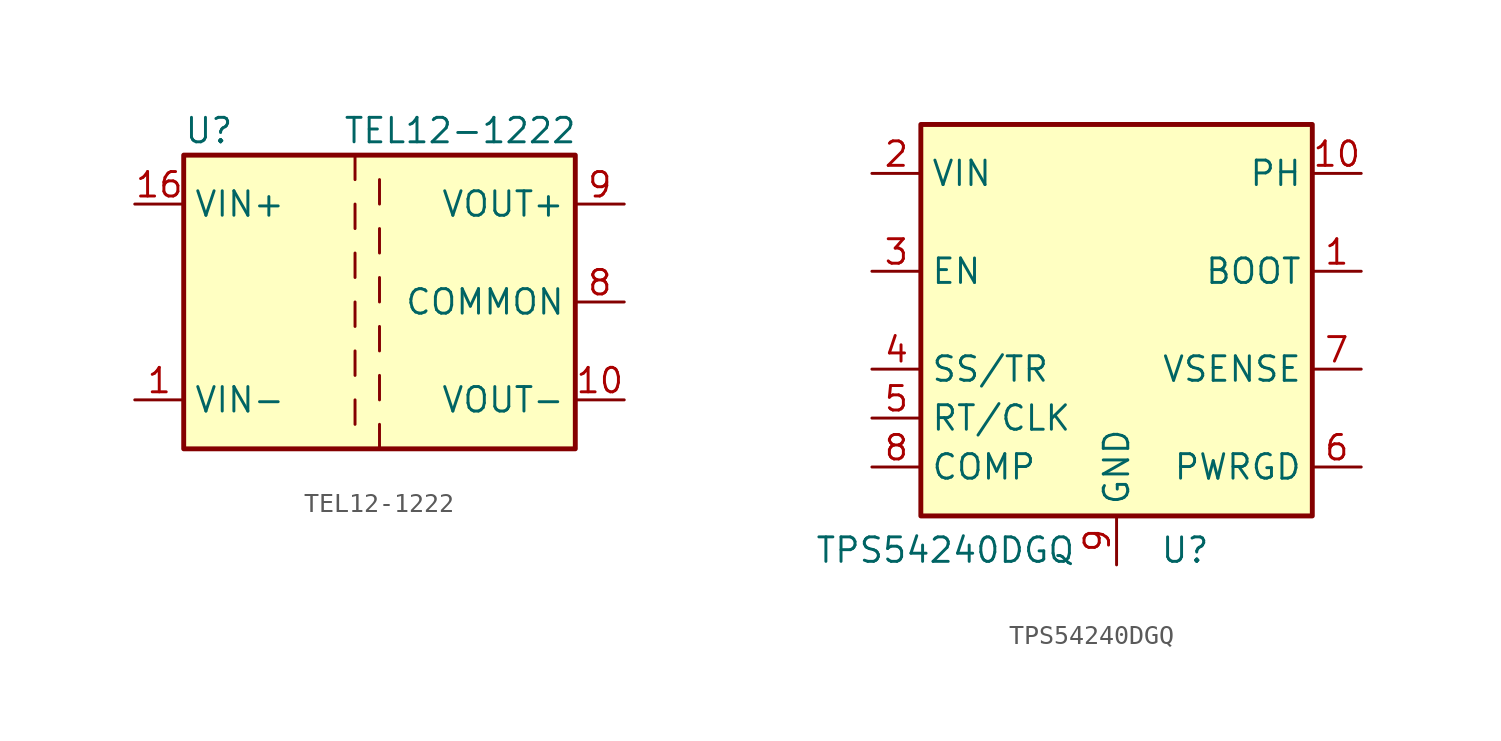
<source format=kicad_sym>
(kicad_symbol_lib
  (version 20231120)
  (generator "kicad_symbol_editor")
  (generator_version "8.0")
  (symbol "TEL12-1222"
    (property "Reference" "U"
      (at -10.16 8.89 0)
      (effects (font (size 1.27 1.27)) (justify left)))
    (property "Value" "TEL12-1222"
      (at -1.905 8.89 0)
      (effects (font (size 1.27 1.27)) (justify left)))
    (symbol "TEL12-1222_0_1"
      (rectangle (start -10.16 7.62) (end 10.16 -7.62) (stroke (width 0.254) (type default)) (fill (type background)))
      (polyline (pts (xy -1.27 -5.08) (xy -1.27 -6.35)) (stroke (width 0) (type default)) (fill (type none)))
      (polyline (pts (xy -1.27 -2.54) (xy -1.27 -3.81)) (stroke (width 0) (type default)) (fill (type none)))
      (polyline (pts (xy -1.27 0) (xy -1.27 -1.27)) (stroke (width 0) (type default)) (fill (type none)))
      (polyline (pts (xy -1.27 2.54) (xy -1.27 1.27)) (stroke (width 0) (type default)) (fill (type none)))
      (polyline (pts (xy -1.27 5.08) (xy -1.27 3.81)) (stroke (width 0) (type default)) (fill (type none)))
      (polyline (pts (xy -1.27 7.62) (xy -1.27 6.35)) (stroke (width 0) (type default)) (fill (type none)))
      (polyline (pts (xy 0 -7.62) (xy 0 -6.35)) (stroke (width 0) (type default)) (fill (type none)))
      (polyline (pts (xy 0 -5.08) (xy 0 -3.81)) (stroke (width 0) (type default)) (fill (type none)))
      (polyline (pts (xy 0 -1.27) (xy 0 -2.54)) (stroke (width 0) (type default)) (fill (type none)))
      (polyline (pts (xy 0 0) (xy 0 1.27)) (stroke (width 0) (type default)) (fill (type none)))
      (polyline (pts (xy 0 2.54) (xy 0 3.81)) (stroke (width 0) (type default)) (fill (type none)))
      (polyline (pts (xy 0 5.08) (xy 0 6.35)) (stroke (width 0) (type default)) (fill (type none))))
    (symbol "TEL12-1222_1_1"
      (pin power_in line (at -12.7 -5.08 0) (length 2.54) (name "VIN-" (effects (font (size 1.27 1.27)))) (number "1" (effects (font (size 1.27 1.27)))))
      (pin power_out line (at 12.7 -5.08 180) (length 2.54) (name "VOUT-" (effects (font (size 1.27 1.27)))) (number "10" (effects (font (size 1.27 1.27)))))
      (pin power_in line (at -12.7 5.08 0) (length 2.54) (name "VIN+" (effects (font (size 1.27 1.27)))) (number "16" (effects (font (size 1.27 1.27)))))
      (pin passive line (at 12.7 0 180) (length 2.54) (name "COMMON" (effects (font (size 1.27 1.27)))) (number "8" (effects (font (size 1.27 1.27)))))
      (pin power_out line (at 12.7 5.08 180) (length 2.54) (name "VOUT+" (effects (font (size 1.27 1.27)))) (number "9" (effects (font (size 1.27 1.27)))))))
  (symbol "TPS54240DGQ"
    (property "Reference" "U"
      (at 3.556 -11.938 0)
      (effects (font (size 1.27 1.27))))
    (property "Value" "TPS54240DGQ"
      (at -8.89 -11.938 0)
      (effects (font (size 1.27 1.27))))
    (symbol "TPS54240DGQ_1_1"
      (rectangle (start -10.16 10.16) (end 10.16 -10.16) (stroke (width 0.254) (type default)) (fill (type background)))
      (pin input line (at 12.7 2.54 180) (length 2.54) (name "BOOT" (effects (font (size 1.27 1.27)))) (number "1" (effects (font (size 1.27 1.27)))))
      (pin power_out line (at 12.7 7.62 180) (length 2.54) (name "PH" (effects (font (size 1.27 1.27)))) (number "10" (effects (font (size 1.27 1.27)))))
      (pin passive line (at 0 -12.7 90) (length 2.54) hide (name "GND" (effects (font (size 1.27 1.27)))) (number "11" (effects (font (size 1.27 1.27)))))
      (pin power_in line (at -12.7 7.62 0) (length 2.54) (name "VIN" (effects (font (size 1.27 1.27)))) (number "2" (effects (font (size 1.27 1.27)))))
      (pin input line (at -12.7 2.54 0) (length 2.54) (name "EN" (effects (font (size 1.27 1.27)))) (number "3" (effects (font (size 1.27 1.27)))))
      (pin passive line (at -12.7 -2.54 0) (length 2.54) (name "SS/TR" (effects (font (size 1.27 1.27)))) (number "4" (effects (font (size 1.27 1.27)))))
      (pin passive line (at -12.7 -5.08 0) (length 2.54) (name "RT/CLK" (effects (font (size 1.27 1.27)))) (number "5" (effects (font (size 1.27 1.27)))))
      (pin open_collector line (at 12.7 -7.62 180) (length 2.54) (name "PWRGD" (effects (font (size 1.27 1.27)))) (number "6" (effects (font (size 1.27 1.27)))))
      (pin input line (at 12.7 -2.54 180) (length 2.54) (name "VSENSE" (effects (font (size 1.27 1.27)))) (number "7" (effects (font (size 1.27 1.27)))))
      (pin passive line (at -12.7 -7.62 0) (length 2.54) (name "COMP" (effects (font (size 1.27 1.27)))) (number "8" (effects (font (size 1.27 1.27)))))
      (pin power_in line (at 0 -12.7 90) (length 2.54) (name "GND" (effects (font (size 1.27 1.27)))) (number "9" (effects (font (size 1.27 1.27))))))))
</source>
